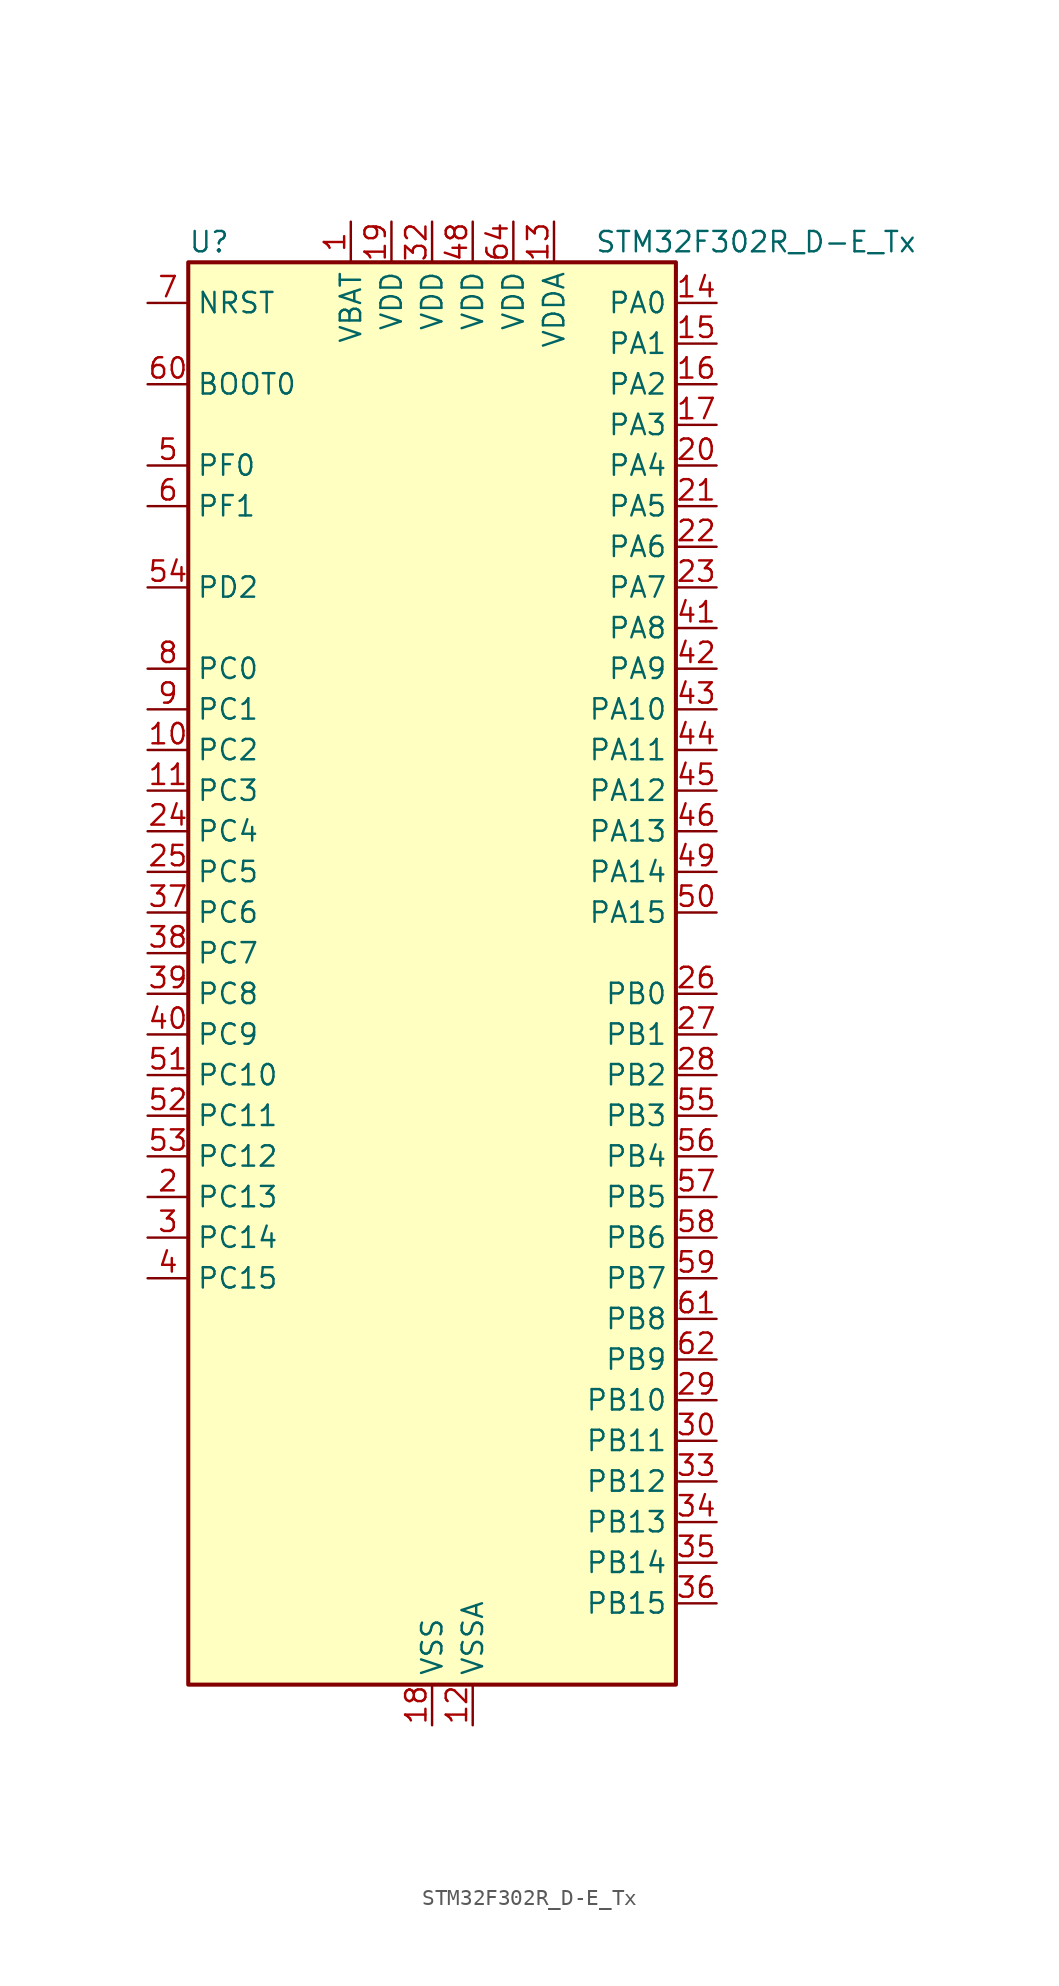
<source format=kicad_sym>
(kicad_symbol_lib
  (version 20231120)
  (generator "kicad_symbol_editor")
  (generator_version "8.0")
  (symbol "STM32F302R_D-E_Tx"
    (property "Reference" "U"
      (at -15.24 46.99 0)
      (effects (font (size 1.27 1.27)) (justify left)))
    (property "Value" "STM32F302R_D-E_Tx"
      (at 10.16 46.99 0)
      (effects (font (size 1.27 1.27)) (justify left)))
    (property "ki_locked" ""
      (at 0 0 0)
      (effects (font (size 1.27 1.27))))
    (symbol "STM32F302R_D-E_Tx_0_1"
      (rectangle (start -15.24 -43.18) (end 15.24 45.72) (stroke (width 0.254) (type default)) (fill (type background))))
    (symbol "STM32F302R_D-E_Tx_1_1"
      (pin power_in line (at -5.08 48.26 270) (length 2.54) (name "VBAT" (effects (font (size 1.27 1.27)))) (number "1" (effects (font (size 1.27 1.27)))))
      (pin bidirectional line (at -17.78 15.24 0) (length 2.54) (name "PC2" (effects (font (size 1.27 1.27)))) (number "10" (effects (font (size 1.27 1.27)))) (alternate "ADC1_IN8" bidirectional line) (alternate "ADC2_IN8" bidirectional line) (alternate "TIM1_CH3" bidirectional line))
      (pin bidirectional line (at -17.78 12.7 0) (length 2.54) (name "PC3" (effects (font (size 1.27 1.27)))) (number "11" (effects (font (size 1.27 1.27)))) (alternate "ADC1_IN9" bidirectional line) (alternate "ADC2_IN9" bidirectional line) (alternate "TIM1_BKIN2" bidirectional line) (alternate "TIM1_CH4" bidirectional line))
      (pin power_in line (at 2.54 -45.72 90) (length 2.54) (name "VSSA" (effects (font (size 1.27 1.27)))) (number "12" (effects (font (size 1.27 1.27)))))
      (pin power_in line (at 7.62 48.26 270) (length 2.54) (name "VDDA" (effects (font (size 1.27 1.27)))) (number "13" (effects (font (size 1.27 1.27)))))
      (pin bidirectional line (at 17.78 43.18 180) (length 2.54) (name "PA0" (effects (font (size 1.27 1.27)))) (number "14" (effects (font (size 1.27 1.27)))) (alternate "ADC1_IN1" bidirectional line) (alternate "COMP1_INM" bidirectional line) (alternate "COMP1_OUT" bidirectional line) (alternate "RTC_TAMP2" bidirectional line) (alternate "SYS_WKUP1" bidirectional line) (alternate "TIM2_CH1" bidirectional line) (alternate "TIM2_ETR" bidirectional line) (alternate "TSC_G1_IO1" bidirectional line) (alternate "USART2_CTS" bidirectional line))
      (pin bidirectional line (at 17.78 40.64 180) (length 2.54) (name "PA1" (effects (font (size 1.27 1.27)))) (number "15" (effects (font (size 1.27 1.27)))) (alternate "ADC1_IN2" bidirectional line) (alternate "COMP1_INP" bidirectional line) (alternate "OPAMP1_VINP" bidirectional line) (alternate "OPAMP1_VINP_SEC" bidirectional line) (alternate "RTC_REFIN" bidirectional line) (alternate "TIM15_CH1N" bidirectional line) (alternate "TIM2_CH2" bidirectional line) (alternate "TSC_G1_IO2" bidirectional line) (alternate "USART2_DE" bidirectional line) (alternate "USART2_RTS" bidirectional line))
      (pin bidirectional line (at 17.78 38.1 180) (length 2.54) (name "PA2" (effects (font (size 1.27 1.27)))) (number "16" (effects (font (size 1.27 1.27)))) (alternate "ADC1_IN3" bidirectional line) (alternate "COMP2_INM" bidirectional line) (alternate "COMP2_OUT" bidirectional line) (alternate "OPAMP1_VOUT" bidirectional line) (alternate "TIM15_CH1" bidirectional line) (alternate "TIM2_CH3" bidirectional line) (alternate "TSC_G1_IO3" bidirectional line) (alternate "USART2_TX" bidirectional line))
      (pin bidirectional line (at 17.78 35.56 180) (length 2.54) (name "PA3" (effects (font (size 1.27 1.27)))) (number "17" (effects (font (size 1.27 1.27)))) (alternate "ADC1_IN4" bidirectional line) (alternate "OPAMP1_VINM" bidirectional line) (alternate "OPAMP1_VINM_SEC" bidirectional line) (alternate "OPAMP1_VINP" bidirectional line) (alternate "OPAMP1_VINP_SEC" bidirectional line) (alternate "TIM15_CH2" bidirectional line) (alternate "TIM2_CH4" bidirectional line) (alternate "TSC_G1_IO4" bidirectional line) (alternate "USART2_RX" bidirectional line))
      (pin power_in line (at 0 -45.72 90) (length 2.54) (name "VSS" (effects (font (size 1.27 1.27)))) (number "18" (effects (font (size 1.27 1.27)))))
      (pin power_in line (at -2.54 48.26 270) (length 2.54) (name "VDD" (effects (font (size 1.27 1.27)))) (number "19" (effects (font (size 1.27 1.27)))))
      (pin bidirectional line (at -17.78 -12.7 0) (length 2.54) (name "PC13" (effects (font (size 1.27 1.27)))) (number "2" (effects (font (size 1.27 1.27)))) (alternate "RTC_OUT_ALARM" bidirectional line) (alternate "RTC_OUT_CALIB" bidirectional line) (alternate "RTC_TAMP1" bidirectional line) (alternate "RTC_TS" bidirectional line) (alternate "SYS_WKUP2" bidirectional line) (alternate "TIM1_CH1N" bidirectional line))
      (pin bidirectional line (at 17.78 33.02 180) (length 2.54) (name "PA4" (effects (font (size 1.27 1.27)))) (number "20" (effects (font (size 1.27 1.27)))) (alternate "ADC2_IN1" bidirectional line) (alternate "COMP1_INM" bidirectional line) (alternate "COMP2_INM" bidirectional line) (alternate "COMP4_INM" bidirectional line) (alternate "COMP6_INM" bidirectional line) (alternate "DAC1_OUT1" bidirectional line) (alternate "I2S3_WS" bidirectional line) (alternate "SPI1_NSS" bidirectional line) (alternate "SPI3_NSS" bidirectional line) (alternate "TIM3_CH2" bidirectional line) (alternate "TSC_G2_IO1" bidirectional line) (alternate "USART2_CK" bidirectional line))
      (pin bidirectional line (at 17.78 30.48 180) (length 2.54) (name "PA5" (effects (font (size 1.27 1.27)))) (number "21" (effects (font (size 1.27 1.27)))) (alternate "ADC2_IN2" bidirectional line) (alternate "COMP1_INM" bidirectional line) (alternate "COMP2_INM" bidirectional line) (alternate "COMP4_INM" bidirectional line) (alternate "COMP6_INM" bidirectional line) (alternate "OPAMP1_VINP" bidirectional line) (alternate "OPAMP1_VINP_SEC" bidirectional line) (alternate "OPAMP2_VINM" bidirectional line) (alternate "OPAMP2_VINM_SEC" bidirectional line) (alternate "SPI1_SCK" bidirectional line) (alternate "TIM2_CH1" bidirectional line) (alternate "TIM2_ETR" bidirectional line) (alternate "TSC_G2_IO2" bidirectional line))
      (pin bidirectional line (at 17.78 27.94 180) (length 2.54) (name "PA6" (effects (font (size 1.27 1.27)))) (number "22" (effects (font (size 1.27 1.27)))) (alternate "ADC2_IN3" bidirectional line) (alternate "COMP1_OUT" bidirectional line) (alternate "OPAMP2_VOUT" bidirectional line) (alternate "SPI1_MISO" bidirectional line) (alternate "TIM16_CH1" bidirectional line) (alternate "TIM1_BKIN" bidirectional line) (alternate "TIM3_CH1" bidirectional line) (alternate "TSC_G2_IO3" bidirectional line))
      (pin bidirectional line (at 17.78 25.4 180) (length 2.54) (name "PA7" (effects (font (size 1.27 1.27)))) (number "23" (effects (font (size 1.27 1.27)))) (alternate "ADC2_IN4" bidirectional line) (alternate "COMP2_INP" bidirectional line) (alternate "OPAMP1_VINP" bidirectional line) (alternate "OPAMP1_VINP_SEC" bidirectional line) (alternate "OPAMP2_VINP" bidirectional line) (alternate "OPAMP2_VINP_SEC" bidirectional line) (alternate "SPI1_MOSI" bidirectional line) (alternate "TIM17_CH1" bidirectional line) (alternate "TIM1_CH1N" bidirectional line) (alternate "TIM3_CH2" bidirectional line) (alternate "TSC_G2_IO4" bidirectional line))
      (pin bidirectional line (at -17.78 10.16 0) (length 2.54) (name "PC4" (effects (font (size 1.27 1.27)))) (number "24" (effects (font (size 1.27 1.27)))) (alternate "ADC2_IN5" bidirectional line) (alternate "TIM1_ETR" bidirectional line) (alternate "USART1_TX" bidirectional line))
      (pin bidirectional line (at -17.78 7.62 0) (length 2.54) (name "PC5" (effects (font (size 1.27 1.27)))) (number "25" (effects (font (size 1.27 1.27)))) (alternate "ADC2_IN11" bidirectional line) (alternate "OPAMP1_VINM" bidirectional line) (alternate "OPAMP1_VINM_SEC" bidirectional line) (alternate "OPAMP2_VINM" bidirectional line) (alternate "OPAMP2_VINM_SEC" bidirectional line) (alternate "TIM15_BKIN" bidirectional line) (alternate "TSC_G3_IO1" bidirectional line) (alternate "USART1_RX" bidirectional line))
      (pin bidirectional line (at 17.78 0 180) (length 2.54) (name "PB0" (effects (font (size 1.27 1.27)))) (number "26" (effects (font (size 1.27 1.27)))) (alternate "COMP4_INP" bidirectional line) (alternate "OPAMP2_VINP" bidirectional line) (alternate "OPAMP2_VINP_SEC" bidirectional line) (alternate "TIM1_CH2N" bidirectional line) (alternate "TIM3_CH3" bidirectional line) (alternate "TSC_G3_IO2" bidirectional line))
      (pin bidirectional line (at 17.78 -2.54 180) (length 2.54) (name "PB1" (effects (font (size 1.27 1.27)))) (number "27" (effects (font (size 1.27 1.27)))) (alternate "COMP4_OUT" bidirectional line) (alternate "TIM1_CH3N" bidirectional line) (alternate "TIM3_CH4" bidirectional line) (alternate "TSC_G3_IO3" bidirectional line))
      (pin bidirectional line (at 17.78 -5.08 180) (length 2.54) (name "PB2" (effects (font (size 1.27 1.27)))) (number "28" (effects (font (size 1.27 1.27)))) (alternate "ADC2_IN12" bidirectional line) (alternate "COMP4_INM" bidirectional line) (alternate "TSC_G3_IO4" bidirectional line))
      (pin bidirectional line (at 17.78 -25.4 180) (length 2.54) (name "PB10" (effects (font (size 1.27 1.27)))) (number "29" (effects (font (size 1.27 1.27)))) (alternate "TIM2_CH3" bidirectional line) (alternate "TSC_SYNC" bidirectional line) (alternate "USART3_TX" bidirectional line))
      (pin bidirectional line (at -17.78 -15.24 0) (length 2.54) (name "PC14" (effects (font (size 1.27 1.27)))) (number "3" (effects (font (size 1.27 1.27)))) (alternate "RCC_OSC32_IN" bidirectional line))
      (pin bidirectional line (at 17.78 -27.94 180) (length 2.54) (name "PB11" (effects (font (size 1.27 1.27)))) (number "30" (effects (font (size 1.27 1.27)))) (alternate "ADC1_EXTI11" bidirectional line) (alternate "ADC1_IN14" bidirectional line) (alternate "ADC2_EXTI11" bidirectional line) (alternate "ADC2_IN14" bidirectional line) (alternate "COMP6_INP" bidirectional line) (alternate "TIM2_CH4" bidirectional line) (alternate "TSC_G6_IO1" bidirectional line) (alternate "USART3_RX" bidirectional line))
      (pin passive line (at 0 -45.72 90) (length 2.54) hide (name "VSS" (effects (font (size 1.27 1.27)))) (number "31" (effects (font (size 1.27 1.27)))))
      (pin power_in line (at 0 48.26 270) (length 2.54) (name "VDD" (effects (font (size 1.27 1.27)))) (number "32" (effects (font (size 1.27 1.27)))))
      (pin bidirectional line (at 17.78 -30.48 180) (length 2.54) (name "PB12" (effects (font (size 1.27 1.27)))) (number "33" (effects (font (size 1.27 1.27)))) (alternate "I2C2_SMBA" bidirectional line) (alternate "I2S2_WS" bidirectional line) (alternate "SPI2_NSS" bidirectional line) (alternate "TIM1_BKIN" bidirectional line) (alternate "TSC_G6_IO2" bidirectional line) (alternate "USART3_CK" bidirectional line))
      (pin bidirectional line (at 17.78 -33.02 180) (length 2.54) (name "PB13" (effects (font (size 1.27 1.27)))) (number "34" (effects (font (size 1.27 1.27)))) (alternate "I2S2_CK" bidirectional line) (alternate "SPI2_SCK" bidirectional line) (alternate "TIM1_CH1N" bidirectional line) (alternate "TSC_G6_IO3" bidirectional line) (alternate "USART3_CTS" bidirectional line))
      (pin bidirectional line (at 17.78 -35.56 180) (length 2.54) (name "PB14" (effects (font (size 1.27 1.27)))) (number "35" (effects (font (size 1.27 1.27)))) (alternate "I2S2_ext_SD" bidirectional line) (alternate "OPAMP2_VINP" bidirectional line) (alternate "OPAMP2_VINP_SEC" bidirectional line) (alternate "SPI2_MISO" bidirectional line) (alternate "TIM15_CH1" bidirectional line) (alternate "TIM1_CH2N" bidirectional line) (alternate "TSC_G6_IO4" bidirectional line) (alternate "USART3_DE" bidirectional line) (alternate "USART3_RTS" bidirectional line))
      (pin bidirectional line (at 17.78 -38.1 180) (length 2.54) (name "PB15" (effects (font (size 1.27 1.27)))) (number "36" (effects (font (size 1.27 1.27)))) (alternate "ADC1_EXTI15" bidirectional line) (alternate "ADC2_EXTI15" bidirectional line) (alternate "COMP6_INM" bidirectional line) (alternate "I2S2_SD" bidirectional line) (alternate "RTC_REFIN" bidirectional line) (alternate "SPI2_MOSI" bidirectional line) (alternate "TIM15_CH1N" bidirectional line) (alternate "TIM15_CH2" bidirectional line) (alternate "TIM1_CH3N" bidirectional line))
      (pin bidirectional line (at -17.78 5.08 0) (length 2.54) (name "PC6" (effects (font (size 1.27 1.27)))) (number "37" (effects (font (size 1.27 1.27)))) (alternate "COMP6_OUT" bidirectional line) (alternate "I2S2_MCK" bidirectional line) (alternate "TIM3_CH1" bidirectional line))
      (pin bidirectional line (at -17.78 2.54 0) (length 2.54) (name "PC7" (effects (font (size 1.27 1.27)))) (number "38" (effects (font (size 1.27 1.27)))) (alternate "I2S3_MCK" bidirectional line) (alternate "TIM3_CH2" bidirectional line))
      (pin bidirectional line (at -17.78 0 0) (length 2.54) (name "PC8" (effects (font (size 1.27 1.27)))) (number "39" (effects (font (size 1.27 1.27)))) (alternate "TIM3_CH3" bidirectional line))
      (pin bidirectional line (at -17.78 -17.78 0) (length 2.54) (name "PC15" (effects (font (size 1.27 1.27)))) (number "4" (effects (font (size 1.27 1.27)))) (alternate "ADC1_EXTI15" bidirectional line) (alternate "ADC2_EXTI15" bidirectional line) (alternate "RCC_OSC32_OUT" bidirectional line))
      (pin bidirectional line (at -17.78 -2.54 0) (length 2.54) (name "PC9" (effects (font (size 1.27 1.27)))) (number "40" (effects (font (size 1.27 1.27)))) (alternate "DAC1_EXTI9" bidirectional line) (alternate "I2C3_SDA" bidirectional line) (alternate "I2S_CKIN" bidirectional line) (alternate "TIM3_CH4" bidirectional line))
      (pin bidirectional line (at 17.78 22.86 180) (length 2.54) (name "PA8" (effects (font (size 1.27 1.27)))) (number "41" (effects (font (size 1.27 1.27)))) (alternate "I2C2_SMBA" bidirectional line) (alternate "I2C3_SCL" bidirectional line) (alternate "I2S2_MCK" bidirectional line) (alternate "RCC_MCO" bidirectional line) (alternate "TIM1_CH1" bidirectional line) (alternate "TIM4_ETR" bidirectional line) (alternate "USART1_CK" bidirectional line))
      (pin bidirectional line (at 17.78 20.32 180) (length 2.54) (name "PA9" (effects (font (size 1.27 1.27)))) (number "42" (effects (font (size 1.27 1.27)))) (alternate "DAC1_EXTI9" bidirectional line) (alternate "I2C2_SCL" bidirectional line) (alternate "I2C3_SMBA" bidirectional line) (alternate "I2S3_MCK" bidirectional line) (alternate "TIM15_BKIN" bidirectional line) (alternate "TIM1_CH2" bidirectional line) (alternate "TIM2_CH3" bidirectional line) (alternate "TSC_G4_IO1" bidirectional line) (alternate "USART1_TX" bidirectional line))
      (pin bidirectional line (at 17.78 17.78 180) (length 2.54) (name "PA10" (effects (font (size 1.27 1.27)))) (number "43" (effects (font (size 1.27 1.27)))) (alternate "COMP6_OUT" bidirectional line) (alternate "I2C2_SDA" bidirectional line) (alternate "I2S2_ext_SD" bidirectional line) (alternate "SPI2_MISO" bidirectional line) (alternate "TIM17_BKIN" bidirectional line) (alternate "TIM1_CH3" bidirectional line) (alternate "TIM2_CH4" bidirectional line) (alternate "TSC_G4_IO2" bidirectional line) (alternate "USART1_RX" bidirectional line))
      (pin bidirectional line (at 17.78 15.24 180) (length 2.54) (name "PA11" (effects (font (size 1.27 1.27)))) (number "44" (effects (font (size 1.27 1.27)))) (alternate "ADC1_EXTI11" bidirectional line) (alternate "ADC2_EXTI11" bidirectional line) (alternate "CAN_RX" bidirectional line) (alternate "COMP1_OUT" bidirectional line) (alternate "I2S2_SD" bidirectional line) (alternate "SPI2_MOSI" bidirectional line) (alternate "TIM1_BKIN2" bidirectional line) (alternate "TIM1_CH1N" bidirectional line) (alternate "TIM1_CH4" bidirectional line) (alternate "TIM4_CH1" bidirectional line) (alternate "USART1_CTS" bidirectional line) (alternate "USB_DM" bidirectional line))
      (pin bidirectional line (at 17.78 12.7 180) (length 2.54) (name "PA12" (effects (font (size 1.27 1.27)))) (number "45" (effects (font (size 1.27 1.27)))) (alternate "CAN_TX" bidirectional line) (alternate "COMP2_OUT" bidirectional line) (alternate "I2S_CKIN" bidirectional line) (alternate "TIM16_CH1" bidirectional line) (alternate "TIM1_CH2N" bidirectional line) (alternate "TIM1_ETR" bidirectional line) (alternate "TIM4_CH2" bidirectional line) (alternate "USART1_DE" bidirectional line) (alternate "USART1_RTS" bidirectional line) (alternate "USB_DP" bidirectional line))
      (pin bidirectional line (at 17.78 10.16 180) (length 2.54) (name "PA13" (effects (font (size 1.27 1.27)))) (number "46" (effects (font (size 1.27 1.27)))) (alternate "IR_OUT" bidirectional line) (alternate "SYS_JTMS-SWDIO" bidirectional line) (alternate "TIM16_CH1N" bidirectional line) (alternate "TIM4_CH3" bidirectional line) (alternate "TSC_G4_IO3" bidirectional line) (alternate "USART3_CTS" bidirectional line))
      (pin passive line (at 0 -45.72 90) (length 2.54) hide (name "VSS" (effects (font (size 1.27 1.27)))) (number "47" (effects (font (size 1.27 1.27)))))
      (pin power_in line (at 2.54 48.26 270) (length 2.54) (name "VDD" (effects (font (size 1.27 1.27)))) (number "48" (effects (font (size 1.27 1.27)))))
      (pin bidirectional line (at 17.78 7.62 180) (length 2.54) (name "PA14" (effects (font (size 1.27 1.27)))) (number "49" (effects (font (size 1.27 1.27)))) (alternate "I2C1_SDA" bidirectional line) (alternate "SYS_JTCK-SWCLK" bidirectional line) (alternate "TIM1_BKIN" bidirectional line) (alternate "TSC_G4_IO4" bidirectional line) (alternate "USART2_TX" bidirectional line))
      (pin bidirectional line (at -17.78 33.02 0) (length 2.54) (name "PF0" (effects (font (size 1.27 1.27)))) (number "5" (effects (font (size 1.27 1.27)))) (alternate "I2C2_SDA" bidirectional line) (alternate "I2S2_WS" bidirectional line) (alternate "RCC_OSC_IN" bidirectional line) (alternate "SPI2_NSS" bidirectional line) (alternate "TIM1_CH3N" bidirectional line))
      (pin bidirectional line (at 17.78 5.08 180) (length 2.54) (name "PA15" (effects (font (size 1.27 1.27)))) (number "50" (effects (font (size 1.27 1.27)))) (alternate "ADC1_EXTI15" bidirectional line) (alternate "ADC2_EXTI15" bidirectional line) (alternate "I2C1_SCL" bidirectional line) (alternate "I2S3_WS" bidirectional line) (alternate "SPI1_NSS" bidirectional line) (alternate "SPI3_NSS" bidirectional line) (alternate "SYS_JTDI" bidirectional line) (alternate "TIM1_BKIN" bidirectional line) (alternate "TIM2_CH1" bidirectional line) (alternate "TIM2_ETR" bidirectional line) (alternate "TSC_SYNC" bidirectional line) (alternate "USART2_RX" bidirectional line))
      (pin bidirectional line (at -17.78 -5.08 0) (length 2.54) (name "PC10" (effects (font (size 1.27 1.27)))) (number "51" (effects (font (size 1.27 1.27)))) (alternate "I2S3_CK" bidirectional line) (alternate "SPI3_SCK" bidirectional line) (alternate "UART4_TX" bidirectional line) (alternate "USART3_TX" bidirectional line))
      (pin bidirectional line (at -17.78 -7.62 0) (length 2.54) (name "PC11" (effects (font (size 1.27 1.27)))) (number "52" (effects (font (size 1.27 1.27)))) (alternate "ADC1_EXTI11" bidirectional line) (alternate "ADC2_EXTI11" bidirectional line) (alternate "I2S3_ext_SD" bidirectional line) (alternate "SPI3_MISO" bidirectional line) (alternate "UART4_RX" bidirectional line) (alternate "USART3_RX" bidirectional line))
      (pin bidirectional line (at -17.78 -10.16 0) (length 2.54) (name "PC12" (effects (font (size 1.27 1.27)))) (number "53" (effects (font (size 1.27 1.27)))) (alternate "I2S3_SD" bidirectional line) (alternate "SPI3_MOSI" bidirectional line) (alternate "UART5_TX" bidirectional line) (alternate "USART3_CK" bidirectional line))
      (pin bidirectional line (at -17.78 25.4 0) (length 2.54) (name "PD2" (effects (font (size 1.27 1.27)))) (number "54" (effects (font (size 1.27 1.27)))) (alternate "TIM3_ETR" bidirectional line) (alternate "UART5_RX" bidirectional line))
      (pin bidirectional line (at 17.78 -7.62 180) (length 2.54) (name "PB3" (effects (font (size 1.27 1.27)))) (number "55" (effects (font (size 1.27 1.27)))) (alternate "I2S3_CK" bidirectional line) (alternate "SPI1_SCK" bidirectional line) (alternate "SPI3_SCK" bidirectional line) (alternate "SYS_JTDO-TRACESWO" bidirectional line) (alternate "TIM2_CH2" bidirectional line) (alternate "TIM3_ETR" bidirectional line) (alternate "TIM4_ETR" bidirectional line) (alternate "TSC_G5_IO1" bidirectional line) (alternate "USART2_TX" bidirectional line))
      (pin bidirectional line (at 17.78 -10.16 180) (length 2.54) (name "PB4" (effects (font (size 1.27 1.27)))) (number "56" (effects (font (size 1.27 1.27)))) (alternate "I2S3_ext_SD" bidirectional line) (alternate "SPI1_MISO" bidirectional line) (alternate "SPI3_MISO" bidirectional line) (alternate "SYS_NJTRST" bidirectional line) (alternate "TIM16_CH1" bidirectional line) (alternate "TIM17_BKIN" bidirectional line) (alternate "TIM3_CH1" bidirectional line) (alternate "TSC_G5_IO2" bidirectional line) (alternate "USART2_RX" bidirectional line))
      (pin bidirectional line (at 17.78 -12.7 180) (length 2.54) (name "PB5" (effects (font (size 1.27 1.27)))) (number "57" (effects (font (size 1.27 1.27)))) (alternate "I2C1_SMBA" bidirectional line) (alternate "I2C3_SDA" bidirectional line) (alternate "I2S3_SD" bidirectional line) (alternate "SPI1_MOSI" bidirectional line) (alternate "SPI3_MOSI" bidirectional line) (alternate "TIM16_BKIN" bidirectional line) (alternate "TIM17_CH1" bidirectional line) (alternate "TIM3_CH2" bidirectional line) (alternate "USART2_CK" bidirectional line))
      (pin bidirectional line (at 17.78 -15.24 180) (length 2.54) (name "PB6" (effects (font (size 1.27 1.27)))) (number "58" (effects (font (size 1.27 1.27)))) (alternate "I2C1_SCL" bidirectional line) (alternate "TIM16_CH1N" bidirectional line) (alternate "TIM4_CH1" bidirectional line) (alternate "TSC_G5_IO3" bidirectional line) (alternate "USART1_TX" bidirectional line))
      (pin bidirectional line (at 17.78 -17.78 180) (length 2.54) (name "PB7" (effects (font (size 1.27 1.27)))) (number "59" (effects (font (size 1.27 1.27)))) (alternate "I2C1_SDA" bidirectional line) (alternate "TIM17_CH1N" bidirectional line) (alternate "TIM3_CH4" bidirectional line) (alternate "TIM4_CH2" bidirectional line) (alternate "TSC_G5_IO4" bidirectional line) (alternate "USART1_RX" bidirectional line))
      (pin bidirectional line (at -17.78 30.48 0) (length 2.54) (name "PF1" (effects (font (size 1.27 1.27)))) (number "6" (effects (font (size 1.27 1.27)))) (alternate "I2C2_SCL" bidirectional line) (alternate "I2S2_CK" bidirectional line) (alternate "RCC_OSC_OUT" bidirectional line) (alternate "SPI2_SCK" bidirectional line))
      (pin input line (at -17.78 38.1 0) (length 2.54) (name "BOOT0" (effects (font (size 1.27 1.27)))) (number "60" (effects (font (size 1.27 1.27)))))
      (pin bidirectional line (at 17.78 -20.32 180) (length 2.54) (name "PB8" (effects (font (size 1.27 1.27)))) (number "61" (effects (font (size 1.27 1.27)))) (alternate "CAN_RX" bidirectional line) (alternate "COMP1_OUT" bidirectional line) (alternate "I2C1_SCL" bidirectional line) (alternate "TIM16_CH1" bidirectional line) (alternate "TIM1_BKIN" bidirectional line) (alternate "TIM4_CH3" bidirectional line) (alternate "TSC_SYNC" bidirectional line) (alternate "USART3_RX" bidirectional line))
      (pin bidirectional line (at 17.78 -22.86 180) (length 2.54) (name "PB9" (effects (font (size 1.27 1.27)))) (number "62" (effects (font (size 1.27 1.27)))) (alternate "CAN_TX" bidirectional line) (alternate "COMP2_OUT" bidirectional line) (alternate "DAC1_EXTI9" bidirectional line) (alternate "I2C1_SDA" bidirectional line) (alternate "IR_OUT" bidirectional line) (alternate "TIM17_CH1" bidirectional line) (alternate "TIM4_CH4" bidirectional line) (alternate "USART3_TX" bidirectional line))
      (pin passive line (at 0 -45.72 90) (length 2.54) hide (name "VSS" (effects (font (size 1.27 1.27)))) (number "63" (effects (font (size 1.27 1.27)))))
      (pin power_in line (at 5.08 48.26 270) (length 2.54) (name "VDD" (effects (font (size 1.27 1.27)))) (number "64" (effects (font (size 1.27 1.27)))))
      (pin input line (at -17.78 43.18 0) (length 2.54) (name "NRST" (effects (font (size 1.27 1.27)))) (number "7" (effects (font (size 1.27 1.27)))))
      (pin bidirectional line (at -17.78 20.32 0) (length 2.54) (name "PC0" (effects (font (size 1.27 1.27)))) (number "8" (effects (font (size 1.27 1.27)))) (alternate "ADC1_IN6" bidirectional line) (alternate "ADC2_IN6" bidirectional line) (alternate "TIM1_CH1" bidirectional line))
      (pin bidirectional line (at -17.78 17.78 0) (length 2.54) (name "PC1" (effects (font (size 1.27 1.27)))) (number "9" (effects (font (size 1.27 1.27)))) (alternate "ADC1_IN7" bidirectional line) (alternate "ADC2_IN7" bidirectional line) (alternate "TIM1_CH2" bidirectional line)))))
</source>
